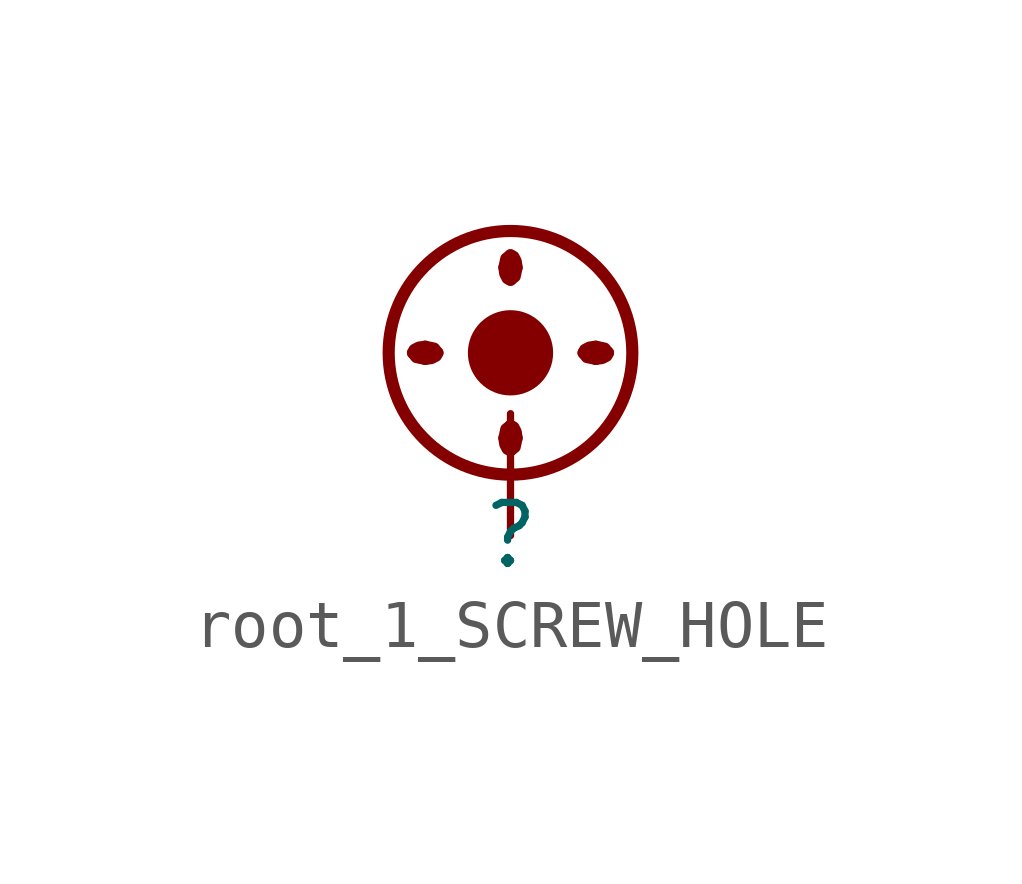
<source format=kicad_sym>
(kicad_symbol_lib
  (version 20231120)
  (generator "kicad_symbol_editor")
  (generator_version "8.0")
  (symbol "root_1_SCREW_HOLE"
    (property "Reference" ""
      (at 0 0 0)
      (effects (font (size 1.27 1.27))))
    (property "Value" ""
      (at 0 0 0)
      (effects (font (size 1.27 1.27))))
    (symbol "root_1_SCREW_HOLE_1_0"
      (bezier (pts (xy -2.032 3.81) (xy -2.032 3.74) (xy -1.918 3.683) (xy -1.778 3.683)) (stroke (width 0.254) (type solid)) (fill (type outline)))
      (bezier (pts (xy -1.778 3.683) (xy -1.638 3.683) (xy -1.524 3.74) (xy -1.524 3.81)) (stroke (width 0.254) (type solid)) (fill (type outline)))
      (bezier (pts (xy -1.778 3.937) (xy -1.918 3.937) (xy -2.032 3.88) (xy -2.032 3.81)) (stroke (width 0.254) (type solid)) (fill (type outline)))
      (bezier (pts (xy -1.524 3.81) (xy -1.524 3.88) (xy -1.638 3.937) (xy -1.778 3.937)) (stroke (width 0.254) (type solid)) (fill (type outline)))
      (bezier (pts (xy -0.127 2.032) (xy -0.127 1.892) (xy -0.07 1.778) (xy 0 1.778)) (stroke (width 0.254) (type solid)) (fill (type outline)))
      (bezier (pts (xy -0.127 5.588) (xy -0.127 5.448) (xy -0.07 5.334) (xy 0 5.334)) (stroke (width 0.254) (type solid)) (fill (type outline)))
      (polyline (pts (xy -1.524 3.81) (xy -1.778 3.937) (xy -2.032 3.81) (xy -1.778 3.683) (xy -1.524 3.81)) (stroke (width -0.0001) (type default)) (fill (type outline)))
      (polyline (pts (xy 0.127 2.032) (xy 0 2.286) (xy -0.127 2.032) (xy 0 1.778) (xy 0.127 2.032)) (stroke (width -0.0001) (type default)) (fill (type outline)))
      (polyline (pts (xy 0.127 5.588) (xy 0 5.842) (xy -0.127 5.588) (xy 0 5.334) (xy 0.127 5.588)) (stroke (width -0.0001) (type default)) (fill (type outline)))
      (polyline (pts (xy 2.032 3.81) (xy 1.778 3.937) (xy 1.524 3.81) (xy 1.778 3.683) (xy 2.032 3.81)) (stroke (width -0.0001) (type default)) (fill (type outline)))
      (bezier (pts (xy 0 1.778) (xy 0.07 1.778) (xy 0.127 1.892) (xy 0.127 2.032)) (stroke (width 0.254) (type solid)) (fill (type outline)))
      (bezier (pts (xy 0 2.286) (xy -0.07 2.286) (xy -0.127 2.172) (xy -0.127 2.032)) (stroke (width 0.254) (type solid)) (fill (type outline)))
      (circle (center 0 3.81) (radius 0.762) (stroke (width 0.254) (type solid)) (fill (type outline)))
      (circle (center 0 3.81) (radius 2.54) (stroke (width 0.254) (type solid)) (fill (type none)))
      (bezier (pts (xy 0 5.334) (xy 0.07 5.334) (xy 0.127 5.448) (xy 0.127 5.588)) (stroke (width 0.254) (type solid)) (fill (type outline)))
      (bezier (pts (xy 0 5.842) (xy -0.07 5.842) (xy -0.127 5.728) (xy -0.127 5.588)) (stroke (width 0.254) (type solid)) (fill (type outline)))
      (bezier (pts (xy 0.127 2.032) (xy 0.127 2.172) (xy 0.07 2.286) (xy 0 2.286)) (stroke (width 0.254) (type solid)) (fill (type outline)))
      (bezier (pts (xy 0.127 5.588) (xy 0.127 5.728) (xy 0.07 5.842) (xy 0 5.842)) (stroke (width 0.254) (type solid)) (fill (type outline)))
      (bezier (pts (xy 1.524 3.81) (xy 1.524 3.74) (xy 1.638 3.683) (xy 1.778 3.683)) (stroke (width 0.254) (type solid)) (fill (type outline)))
      (bezier (pts (xy 1.778 3.683) (xy 1.918 3.683) (xy 2.032 3.74) (xy 2.032 3.81)) (stroke (width 0.254) (type solid)) (fill (type outline)))
      (bezier (pts (xy 1.778 3.937) (xy 1.638 3.937) (xy 1.524 3.88) (xy 1.524 3.81)) (stroke (width 0.254) (type solid)) (fill (type outline)))
      (bezier (pts (xy 2.032 3.81) (xy 2.032 3.88) (xy 1.918 3.937) (xy 1.778 3.937)) (stroke (width 0.254) (type solid)) (fill (type outline)))
      (pin passive line (at 0 0 90) (length 2.54) (name "1" (effects (font (size 0 0)))) (number "1" (effects (font (size 0 0))))))))
</source>
